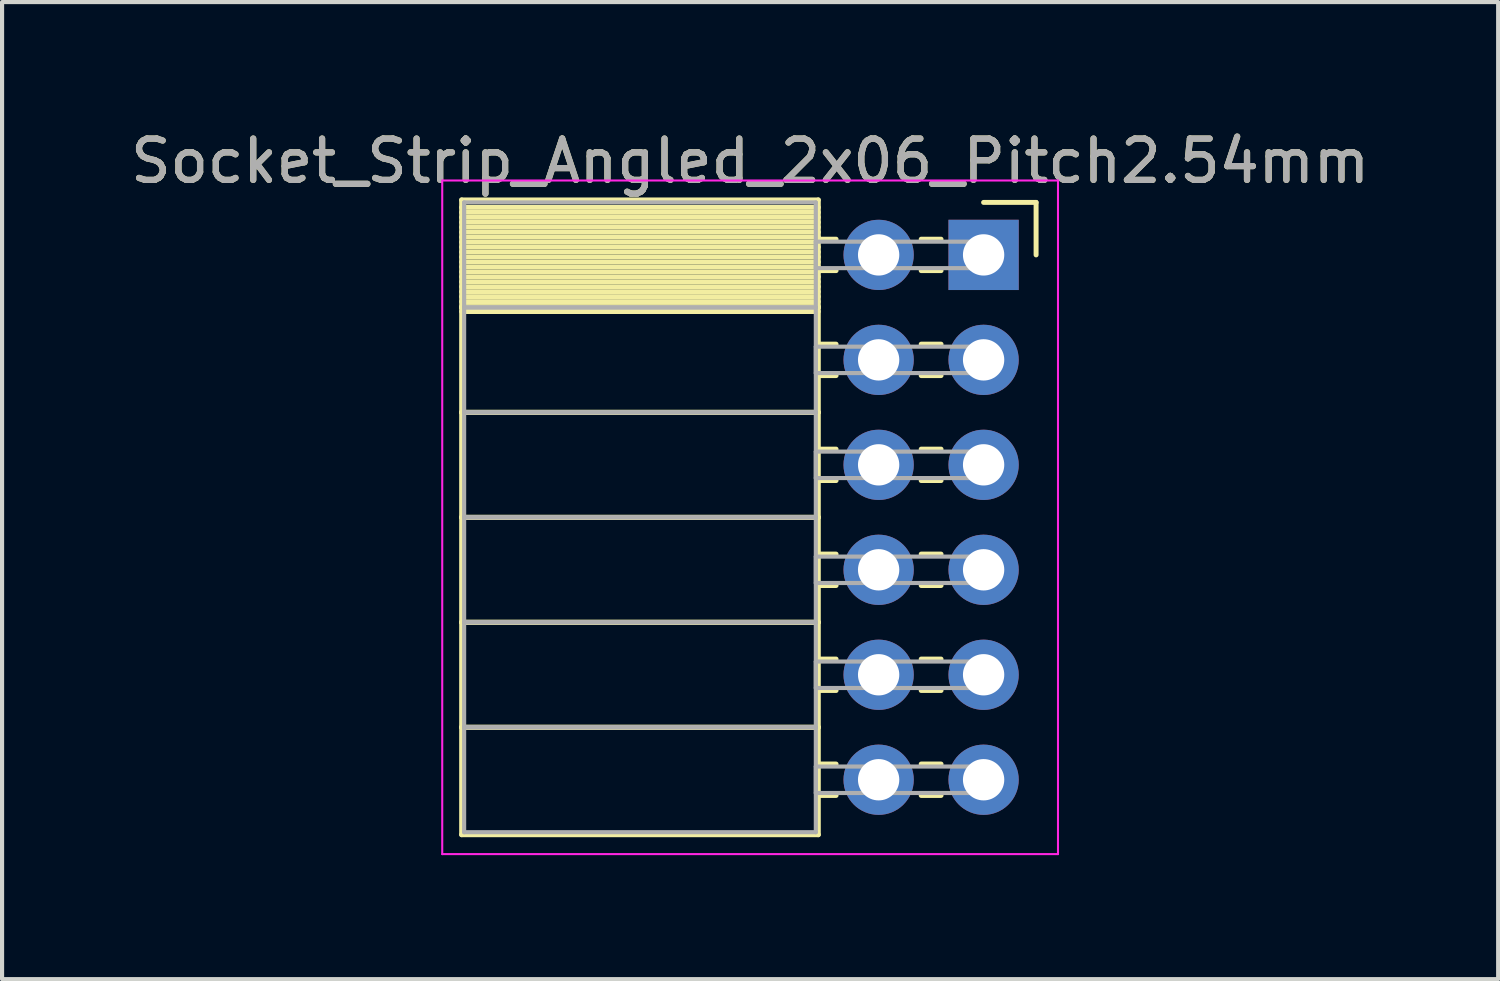
<source format=kicad_pcb>
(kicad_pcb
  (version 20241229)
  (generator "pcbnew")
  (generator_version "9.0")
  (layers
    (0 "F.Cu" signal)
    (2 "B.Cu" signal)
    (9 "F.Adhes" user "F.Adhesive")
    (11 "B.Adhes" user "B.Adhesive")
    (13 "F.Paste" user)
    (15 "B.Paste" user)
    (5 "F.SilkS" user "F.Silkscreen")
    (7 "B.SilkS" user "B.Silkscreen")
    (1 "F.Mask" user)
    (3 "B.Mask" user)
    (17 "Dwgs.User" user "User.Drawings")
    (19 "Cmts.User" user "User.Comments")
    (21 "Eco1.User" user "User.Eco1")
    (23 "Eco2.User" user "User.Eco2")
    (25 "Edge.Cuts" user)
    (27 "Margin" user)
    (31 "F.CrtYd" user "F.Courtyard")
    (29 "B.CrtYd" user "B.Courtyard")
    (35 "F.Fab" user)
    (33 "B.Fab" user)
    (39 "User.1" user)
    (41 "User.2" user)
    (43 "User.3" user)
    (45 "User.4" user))
  (footprint "Socket_Strip_Angled_2x06_Pitch2.54mm"
    (layer "F.Cu")
    (at 20.751 3.118)
    (property "Reference" "Socket_Strip_Angled_2x06_Pitch2.54mm" (at -5.65 -2.27 0) (layer "F.SilkS") (effects (font (size 1 1) (thickness 0.15))))
    (attr through_hole)
    (fp_line (start -12.63 -1.33) (end -4 -1.33) (stroke (width 0.12) (type solid)) (layer "F.SilkS"))
    (fp_line (start -12.63 1.27) (end -12.63 -1.33) (stroke (width 0.12) (type solid)) (layer "F.SilkS"))
    (fp_line (start -12.63 1.27) (end -4 1.27) (stroke (width 0.12) (type solid)) (layer "F.SilkS"))
    (fp_line (start -12.63 3.81) (end -12.63 1.27) (stroke (width 0.12) (type solid)) (layer "F.SilkS"))
    (fp_line (start -12.63 3.81) (end -4 3.81) (stroke (width 0.12) (type solid)) (layer "F.SilkS"))
    (fp_line (start -12.63 6.35) (end -12.63 3.81) (stroke (width 0.12) (type solid)) (layer "F.SilkS"))
    (fp_line (start -12.63 6.35) (end -4 6.35) (stroke (width 0.12) (type solid)) (layer "F.SilkS"))
    (fp_line (start -12.63 8.89) (end -12.63 6.35) (stroke (width 0.12) (type solid)) (layer "F.SilkS"))
    (fp_line (start -12.63 8.89) (end -4 8.89) (stroke (width 0.12) (type solid)) (layer "F.SilkS"))
    (fp_line (start -12.63 11.43) (end -12.63 8.89) (stroke (width 0.12) (type solid)) (layer "F.SilkS"))
    (fp_line (start -12.63 11.43) (end -4 11.43) (stroke (width 0.12) (type solid)) (layer "F.SilkS"))
    (fp_line (start -12.63 14.03) (end -12.63 11.43) (stroke (width 0.12) (type solid)) (layer "F.SilkS"))
    (fp_line (start -4 -1.33) (end -4 1.27) (stroke (width 0.12) (type solid)) (layer "F.SilkS"))
    (fp_line (start -4 -1.15) (end -12.63 -1.15) (stroke (width 0.12) (type solid)) (layer "F.SilkS"))
    (fp_line (start -4 -1.03) (end -12.63 -1.03) (stroke (width 0.12) (type solid)) (layer "F.SilkS"))
    (fp_line (start -4 -0.91) (end -12.63 -0.91) (stroke (width 0.12) (type solid)) (layer "F.SilkS"))
    (fp_line (start -4 -0.79) (end -12.63 -0.79) (stroke (width 0.12) (type solid)) (layer "F.SilkS"))
    (fp_line (start -4 -0.67) (end -12.63 -0.67) (stroke (width 0.12) (type solid)) (layer "F.SilkS"))
    (fp_line (start -4 -0.55) (end -12.63 -0.55) (stroke (width 0.12) (type solid)) (layer "F.SilkS"))
    (fp_line (start -4 -0.43) (end -12.63 -0.43) (stroke (width 0.12) (type solid)) (layer "F.SilkS"))
    (fp_line (start -4 -0.31) (end -12.63 -0.31) (stroke (width 0.12) (type solid)) (layer "F.SilkS"))
    (fp_line (start -4 -0.19) (end -12.63 -0.19) (stroke (width 0.12) (type solid)) (layer "F.SilkS"))
    (fp_line (start -4 -0.07) (end -12.63 -0.07) (stroke (width 0.12) (type solid)) (layer "F.SilkS"))
    (fp_line (start -4 0.05) (end -12.63 0.05) (stroke (width 0.12) (type solid)) (layer "F.SilkS"))
    (fp_line (start -4 0.17) (end -12.63 0.17) (stroke (width 0.12) (type solid)) (layer "F.SilkS"))
    (fp_line (start -4 0.29) (end -12.63 0.29) (stroke (width 0.12) (type solid)) (layer "F.SilkS"))
    (fp_line (start -4 0.41) (end -12.63 0.41) (stroke (width 0.12) (type solid)) (layer "F.SilkS"))
    (fp_line (start -4 0.53) (end -12.63 0.53) (stroke (width 0.12) (type solid)) (layer "F.SilkS"))
    (fp_line (start -4 0.65) (end -12.63 0.65) (stroke (width 0.12) (type solid)) (layer "F.SilkS"))
    (fp_line (start -4 0.77) (end -12.63 0.77) (stroke (width 0.12) (type solid)) (layer "F.SilkS"))
    (fp_line (start -4 0.89) (end -12.63 0.89) (stroke (width 0.12) (type solid)) (layer "F.SilkS"))
    (fp_line (start -4 1.01) (end -12.63 1.01) (stroke (width 0.12) (type solid)) (layer "F.SilkS"))
    (fp_line (start -4 1.13) (end -12.63 1.13) (stroke (width 0.12) (type solid)) (layer "F.SilkS"))
    (fp_line (start -4 1.25) (end -12.63 1.25) (stroke (width 0.12) (type solid)) (layer "F.SilkS"))
    (fp_line (start -4 1.27) (end -12.63 1.27) (stroke (width 0.12) (type solid)) (layer "F.SilkS"))
    (fp_line (start -4 1.27) (end -4 3.81) (stroke (width 0.12) (type solid)) (layer "F.SilkS"))
    (fp_line (start -4 1.37) (end -12.63 1.37) (stroke (width 0.12) (type solid)) (layer "F.SilkS"))
    (fp_line (start -4 3.81) (end -12.63 3.81) (stroke (width 0.12) (type solid)) (layer "F.SilkS"))
    (fp_line (start -4 3.81) (end -4 6.35) (stroke (width 0.12) (type solid)) (layer "F.SilkS"))
    (fp_line (start -4 6.35) (end -12.63 6.35) (stroke (width 0.12) (type solid)) (layer "F.SilkS"))
    (fp_line (start -4 6.35) (end -4 8.89) (stroke (width 0.12) (type solid)) (layer "F.SilkS"))
    (fp_line (start -4 8.89) (end -12.63 8.89) (stroke (width 0.12) (type solid)) (layer "F.SilkS"))
    (fp_line (start -4 8.89) (end -4 11.43) (stroke (width 0.12) (type solid)) (layer "F.SilkS"))
    (fp_line (start -4 11.43) (end -12.63 11.43) (stroke (width 0.12) (type solid)) (layer "F.SilkS"))
    (fp_line (start -4 11.43) (end -4 14.03) (stroke (width 0.12) (type solid)) (layer "F.SilkS"))
    (fp_line (start -4 14.03) (end -12.63 14.03) (stroke (width 0.12) (type solid)) (layer "F.SilkS"))
    (fp_line (start -3.57 -0.38) (end -4 -0.38) (stroke (width 0.12) (type solid)) (layer "F.SilkS"))
    (fp_line (start -3.57 0.38) (end -4 0.38) (stroke (width 0.12) (type solid)) (layer "F.SilkS"))
    (fp_line (start -3.57 2.16) (end -4 2.16) (stroke (width 0.12) (type solid)) (layer "F.SilkS"))
    (fp_line (start -3.57 2.92) (end -4 2.92) (stroke (width 0.12) (type solid)) (layer "F.SilkS"))
    (fp_line (start -3.57 4.7) (end -4 4.7) (stroke (width 0.12) (type solid)) (layer "F.SilkS"))
    (fp_line (start -3.57 5.46) (end -4 5.46) (stroke (width 0.12) (type solid)) (layer "F.SilkS"))
    (fp_line (start -3.57 7.24) (end -4 7.24) (stroke (width 0.12) (type solid)) (layer "F.SilkS"))
    (fp_line (start -3.57 8) (end -4 8) (stroke (width 0.12) (type solid)) (layer "F.SilkS"))
    (fp_line (start -3.57 9.78) (end -4 9.78) (stroke (width 0.12) (type solid)) (layer "F.SilkS"))
    (fp_line (start -3.57 10.54) (end -4 10.54) (stroke (width 0.12) (type solid)) (layer "F.SilkS"))
    (fp_line (start -3.57 12.32) (end -4 12.32) (stroke (width 0.12) (type solid)) (layer "F.SilkS"))
    (fp_line (start -3.57 13.08) (end -4 13.08) (stroke (width 0.12) (type solid)) (layer "F.SilkS"))
    (fp_line (start -1.03 -0.38) (end -1.51 -0.38) (stroke (width 0.12) (type solid)) (layer "F.SilkS"))
    (fp_line (start -1.03 0.38) (end -1.51 0.38) (stroke (width 0.12) (type solid)) (layer "F.SilkS"))
    (fp_line (start -1.03 2.16) (end -1.51 2.16) (stroke (width 0.12) (type solid)) (layer "F.SilkS"))
    (fp_line (start -1.03 2.92) (end -1.51 2.92) (stroke (width 0.12) (type solid)) (layer "F.SilkS"))
    (fp_line (start -1.03 4.7) (end -1.51 4.7) (stroke (width 0.12) (type solid)) (layer "F.SilkS"))
    (fp_line (start -1.03 5.46) (end -1.51 5.46) (stroke (width 0.12) (type solid)) (layer "F.SilkS"))
    (fp_line (start -1.03 7.24) (end -1.51 7.24) (stroke (width 0.12) (type solid)) (layer "F.SilkS"))
    (fp_line (start -1.03 8) (end -1.51 8) (stroke (width 0.12) (type solid)) (layer "F.SilkS"))
    (fp_line (start -1.03 9.78) (end -1.51 9.78) (stroke (width 0.12) (type solid)) (layer "F.SilkS"))
    (fp_line (start -1.03 10.54) (end -1.51 10.54) (stroke (width 0.12) (type solid)) (layer "F.SilkS"))
    (fp_line (start -1.03 12.32) (end -1.51 12.32) (stroke (width 0.12) (type solid)) (layer "F.SilkS"))
    (fp_line (start -1.03 13.08) (end -1.51 13.08) (stroke (width 0.12) (type solid)) (layer "F.SilkS"))
    (fp_line (start 0 -1.27) (end 1.27 -1.27) (stroke (width 0.12) (type solid)) (layer "F.SilkS"))
    (fp_line (start 1.27 -1.27) (end 1.27 0) (stroke (width 0.12) (type solid)) (layer "F.SilkS"))
    (fp_line (start -13.1 -1.8) (end 1.8 -1.8) (stroke (width 0.05) (type solid)) (layer "F.CrtYd"))
    (fp_line (start -13.1 14.5) (end -13.1 -1.8) (stroke (width 0.05) (type solid)) (layer "F.CrtYd"))
    (fp_line (start 1.8 -1.8) (end 1.8 14.5) (stroke (width 0.05) (type solid)) (layer "F.CrtYd"))
    (fp_line (start 1.8 14.5) (end -13.1 14.5) (stroke (width 0.05) (type solid)) (layer "F.CrtYd"))
    (fp_line (start -12.57 -1.27) (end -4.06 -1.27) (stroke (width 0.1) (type solid)) (layer "F.Fab"))
    (fp_line (start -12.57 1.27) (end -12.57 -1.27) (stroke (width 0.1) (type solid)) (layer "F.Fab"))
    (fp_line (start -12.57 1.27) (end -4.06 1.27) (stroke (width 0.1) (type solid)) (layer "F.Fab"))
    (fp_line (start -12.57 3.81) (end -12.57 1.27) (stroke (width 0.1) (type solid)) (layer "F.Fab"))
    (fp_line (start -12.57 3.81) (end -4.06 3.81) (stroke (width 0.1) (type solid)) (layer "F.Fab"))
    (fp_line (start -12.57 6.35) (end -12.57 3.81) (stroke (width 0.1) (type solid)) (layer "F.Fab"))
    (fp_line (start -12.57 6.35) (end -4.06 6.35) (stroke (width 0.1) (type solid)) (layer "F.Fab"))
    (fp_line (start -12.57 8.89) (end -12.57 6.35) (stroke (width 0.1) (type solid)) (layer "F.Fab"))
    (fp_line (start -12.57 8.89) (end -4.06 8.89) (stroke (width 0.1) (type solid)) (layer "F.Fab"))
    (fp_line (start -12.57 11.43) (end -12.57 8.89) (stroke (width 0.1) (type solid)) (layer "F.Fab"))
    (fp_line (start -12.57 11.43) (end -4.06 11.43) (stroke (width 0.1) (type solid)) (layer "F.Fab"))
    (fp_line (start -12.57 13.97) (end -12.57 11.43) (stroke (width 0.1) (type solid)) (layer "F.Fab"))
    (fp_line (start -4.06 -1.27) (end -4.06 1.27) (stroke (width 0.1) (type solid)) (layer "F.Fab"))
    (fp_line (start -4.06 -0.32) (end 0 -0.32) (stroke (width 0.1) (type solid)) (layer "F.Fab"))
    (fp_line (start -4.06 0.32) (end -4.06 -0.32) (stroke (width 0.1) (type solid)) (layer "F.Fab"))
    (fp_line (start -4.06 1.27) (end -12.57 1.27) (stroke (width 0.1) (type solid)) (layer "F.Fab"))
    (fp_line (start -4.06 1.27) (end -4.06 3.81) (stroke (width 0.1) (type solid)) (layer "F.Fab"))
    (fp_line (start -4.06 2.22) (end 0 2.22) (stroke (width 0.1) (type solid)) (layer "F.Fab"))
    (fp_line (start -4.06 2.86) (end -4.06 2.22) (stroke (width 0.1) (type solid)) (layer "F.Fab"))
    (fp_line (start -4.06 3.81) (end -12.57 3.81) (stroke (width 0.1) (type solid)) (layer "F.Fab"))
    (fp_line (start -4.06 3.81) (end -4.06 6.35) (stroke (width 0.1) (type solid)) (layer "F.Fab"))
    (fp_line (start -4.06 4.76) (end 0 4.76) (stroke (width 0.1) (type solid)) (layer "F.Fab"))
    (fp_line (start -4.06 5.4) (end -4.06 4.76) (stroke (width 0.1) (type solid)) (layer "F.Fab"))
    (fp_line (start -4.06 6.35) (end -12.57 6.35) (stroke (width 0.1) (type solid)) (layer "F.Fab"))
    (fp_line (start -4.06 6.35) (end -4.06 8.89) (stroke (width 0.1) (type solid)) (layer "F.Fab"))
    (fp_line (start -4.06 7.3) (end 0 7.3) (stroke (width 0.1) (type solid)) (layer "F.Fab"))
    (fp_line (start -4.06 7.94) (end -4.06 7.3) (stroke (width 0.1) (type solid)) (layer "F.Fab"))
    (fp_line (start -4.06 8.89) (end -12.57 8.89) (stroke (width 0.1) (type solid)) (layer "F.Fab"))
    (fp_line (start -4.06 8.89) (end -4.06 11.43) (stroke (width 0.1) (type solid)) (layer "F.Fab"))
    (fp_line (start -4.06 9.84) (end 0 9.84) (stroke (width 0.1) (type solid)) (layer "F.Fab"))
    (fp_line (start -4.06 10.48) (end -4.06 9.84) (stroke (width 0.1) (type solid)) (layer "F.Fab"))
    (fp_line (start -4.06 11.43) (end -12.57 11.43) (stroke (width 0.1) (type solid)) (layer "F.Fab"))
    (fp_line (start -4.06 11.43) (end -4.06 13.97) (stroke (width 0.1) (type solid)) (layer "F.Fab"))
    (fp_line (start -4.06 12.38) (end 0 12.38) (stroke (width 0.1) (type solid)) (layer "F.Fab"))
    (fp_line (start -4.06 13.02) (end -4.06 12.38) (stroke (width 0.1) (type solid)) (layer "F.Fab"))
    (fp_line (start -4.06 13.97) (end -12.57 13.97) (stroke (width 0.1) (type solid)) (layer "F.Fab"))
    (fp_line (start 0 -0.32) (end 0 0.32) (stroke (width 0.1) (type solid)) (layer "F.Fab"))
    (fp_line (start 0 0.32) (end -4.06 0.32) (stroke (width 0.1) (type solid)) (layer "F.Fab"))
    (fp_line (start 0 2.22) (end 0 2.86) (stroke (width 0.1) (type solid)) (layer "F.Fab"))
    (fp_line (start 0 2.86) (end -4.06 2.86) (stroke (width 0.1) (type solid)) (layer "F.Fab"))
    (fp_line (start 0 4.76) (end 0 5.4) (stroke (width 0.1) (type solid)) (layer "F.Fab"))
    (fp_line (start 0 5.4) (end -4.06 5.4) (stroke (width 0.1) (type solid)) (layer "F.Fab"))
    (fp_line (start 0 7.3) (end 0 7.94) (stroke (width 0.1) (type solid)) (layer "F.Fab"))
    (fp_line (start 0 7.94) (end -4.06 7.94) (stroke (width 0.1) (type solid)) (layer "F.Fab"))
    (fp_line (start 0 9.84) (end 0 10.48) (stroke (width 0.1) (type solid)) (layer "F.Fab"))
    (fp_line (start 0 10.48) (end -4.06 10.48) (stroke (width 0.1) (type solid)) (layer "F.Fab"))
    (fp_line (start 0 12.38) (end 0 13.02) (stroke (width 0.1) (type solid)) (layer "F.Fab"))
    (fp_line (start 0 13.02) (end -4.06 13.02) (stroke (width 0.1) (type solid)) (layer "F.Fab"))
    (fp_text user "${REFERENCE}" (at -5.65 -2.27 0) (layer "F.Fab") (effects (font (size 1 1) (thickness 0.15))))
    (pad "1" thru_hole rect (at 0 0) (size 1.7 1.7) (drill 1) (layers "*.Cu" "*.Mask"))
    (pad "2" thru_hole oval (at -2.54 0) (size 1.7 1.7) (drill 1) (layers "*.Cu" "*.Mask"))
    (pad "3" thru_hole oval (at 0 2.54) (size 1.7 1.7) (drill 1) (layers "*.Cu" "*.Mask"))
    (pad "4" thru_hole oval (at -2.54 2.54) (size 1.7 1.7) (drill 1) (layers "*.Cu" "*.Mask"))
    (pad "5" thru_hole oval (at 0 5.08) (size 1.7 1.7) (drill 1) (layers "*.Cu" "*.Mask"))
    (pad "6" thru_hole oval (at -2.54 5.08) (size 1.7 1.7) (drill 1) (layers "*.Cu" "*.Mask"))
    (pad "7" thru_hole oval (at 0 7.62) (size 1.7 1.7) (drill 1) (layers "*.Cu" "*.Mask"))
    (pad "8" thru_hole oval (at -2.54 7.62) (size 1.7 1.7) (drill 1) (layers "*.Cu" "*.Mask"))
    (pad "9" thru_hole oval (at 0 10.16) (size 1.7 1.7) (drill 1) (layers "*.Cu" "*.Mask"))
    (pad "10" thru_hole oval (at -2.54 10.16) (size 1.7 1.7) (drill 1) (layers "*.Cu" "*.Mask"))
    (pad "11" thru_hole oval (at 0 12.7) (size 1.7 1.7) (drill 1) (layers "*.Cu" "*.Mask"))
    (pad "12" thru_hole oval (at -2.54 12.7) (size 1.7 1.7) (drill 1) (layers "*.Cu" "*.Mask")))
  (gr_rect
    (start -3 -3)
    (end 33.202 20.643)
    (stroke (width 0.1) (type default))
    (fill no)
    (layer "Edge.Cuts")))
</source>
